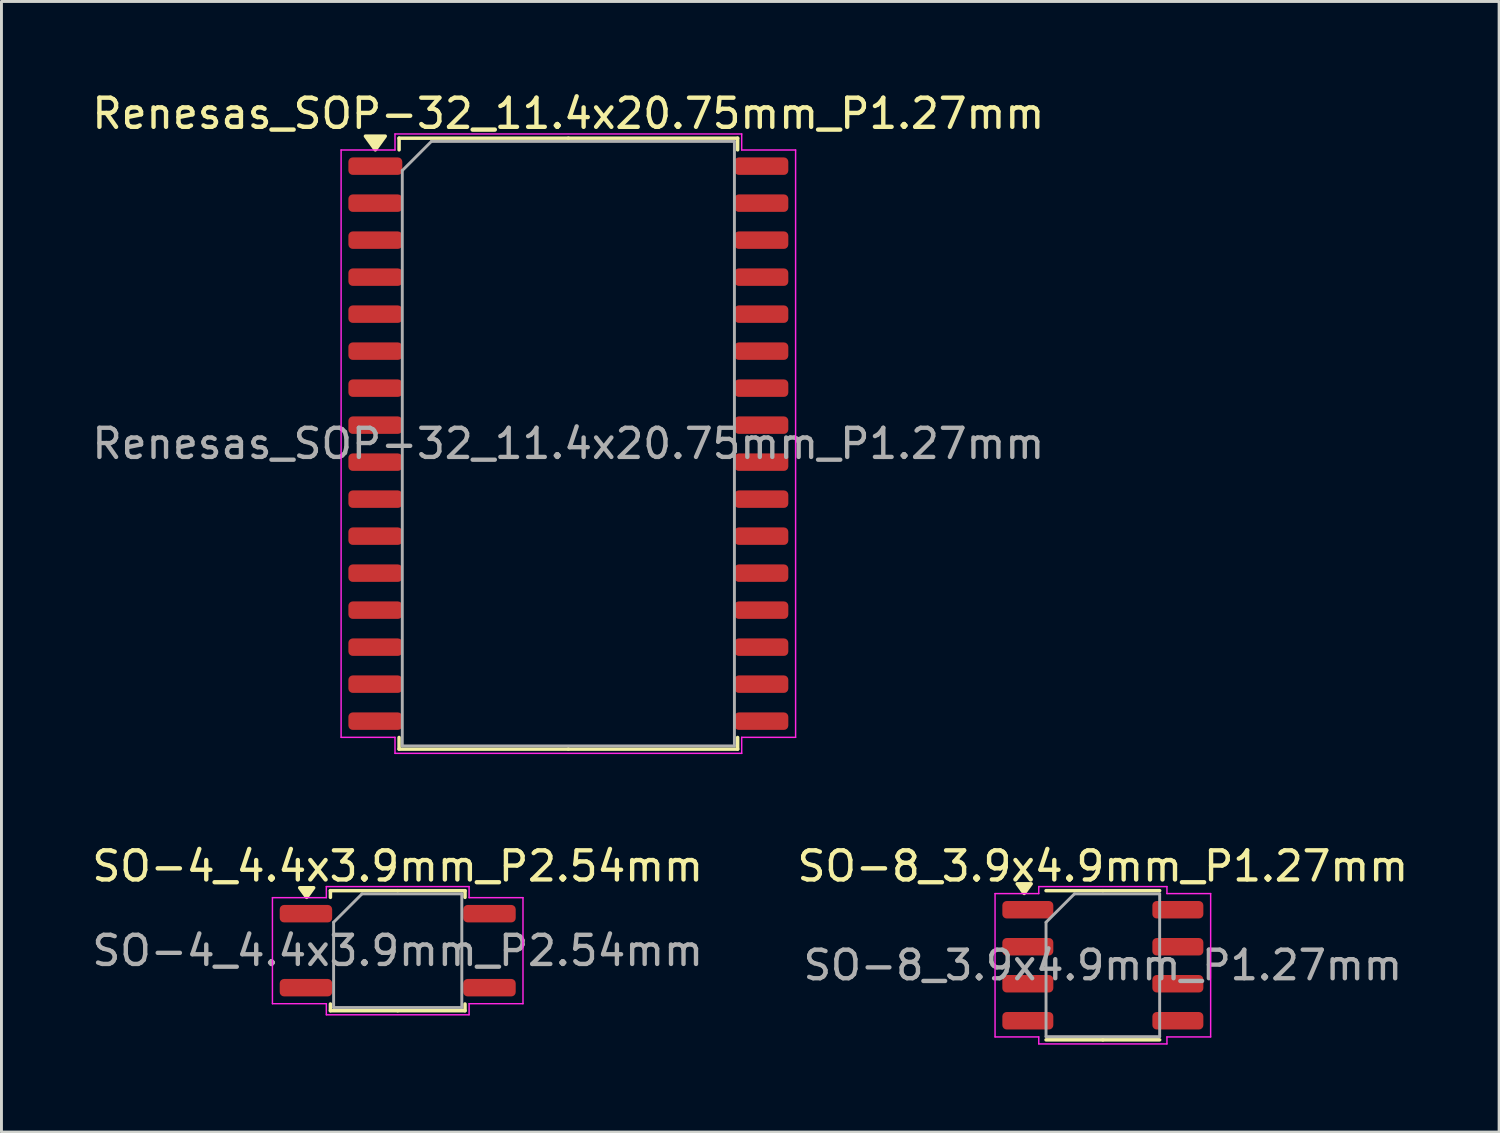
<source format=kicad_pcb>
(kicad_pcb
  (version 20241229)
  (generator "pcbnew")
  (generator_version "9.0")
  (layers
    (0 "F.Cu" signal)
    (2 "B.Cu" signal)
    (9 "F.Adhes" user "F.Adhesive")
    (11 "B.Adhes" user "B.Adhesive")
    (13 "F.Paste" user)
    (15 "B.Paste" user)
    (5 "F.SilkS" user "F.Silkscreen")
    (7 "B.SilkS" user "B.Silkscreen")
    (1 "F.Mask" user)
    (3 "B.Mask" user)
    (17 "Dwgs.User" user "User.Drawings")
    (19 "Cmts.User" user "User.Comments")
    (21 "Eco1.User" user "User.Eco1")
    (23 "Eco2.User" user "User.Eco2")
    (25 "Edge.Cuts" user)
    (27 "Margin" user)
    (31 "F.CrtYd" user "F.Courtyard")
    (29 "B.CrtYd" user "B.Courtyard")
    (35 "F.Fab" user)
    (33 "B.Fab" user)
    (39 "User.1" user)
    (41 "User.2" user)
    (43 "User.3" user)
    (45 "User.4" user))
  (footprint "SO-8_3.9x4.9mm_P1.27mm"
    (layer "F.Cu")
    (at 34.804 30.081)
    (property "Reference" "SO-8_3.9x4.9mm_P1.27mm" (at 0 -3.4 0) (layer "F.SilkS") (effects (font (size 1 1) (thickness 0.15))))
    (attr smd)
    (fp_line (start 0 -2.56) (end -1.95 -2.56) (stroke (width 0.12) (type solid)) (layer "F.SilkS"))
    (fp_line (start 0 -2.56) (end 1.95 -2.56) (stroke (width 0.12) (type solid)) (layer "F.SilkS"))
    (fp_line (start 0 2.56) (end -1.95 2.56) (stroke (width 0.12) (type solid)) (layer "F.SilkS"))
    (fp_line (start 0 2.56) (end 1.95 2.56) (stroke (width 0.12) (type solid)) (layer "F.SilkS"))
    (fp_poly (pts (xy -2.7 -2.465) (xy -2.94 -2.795) (xy -2.46 -2.795)) (stroke (width 0.12) (type solid)) (fill yes) (layer "F.SilkS"))
    (fp_line (start -3.7 -2.46) (end -2.2 -2.46) (stroke (width 0.05) (type solid)) (layer "F.CrtYd"))
    (fp_line (start -3.7 2.46) (end -3.7 -2.46) (stroke (width 0.05) (type solid)) (layer "F.CrtYd"))
    (fp_line (start -2.2 -2.7) (end 2.2 -2.7) (stroke (width 0.05) (type solid)) (layer "F.CrtYd"))
    (fp_line (start -2.2 -2.46) (end -2.2 -2.7) (stroke (width 0.05) (type solid)) (layer "F.CrtYd"))
    (fp_line (start -2.2 2.46) (end -3.7 2.46) (stroke (width 0.05) (type solid)) (layer "F.CrtYd"))
    (fp_line (start -2.2 2.7) (end -2.2 2.46) (stroke (width 0.05) (type solid)) (layer "F.CrtYd"))
    (fp_line (start 2.2 -2.7) (end 2.2 -2.46) (stroke (width 0.05) (type solid)) (layer "F.CrtYd"))
    (fp_line (start 2.2 -2.46) (end 3.7 -2.46) (stroke (width 0.05) (type solid)) (layer "F.CrtYd"))
    (fp_line (start 2.2 2.46) (end 2.2 2.7) (stroke (width 0.05) (type solid)) (layer "F.CrtYd"))
    (fp_line (start 2.2 2.7) (end -2.2 2.7) (stroke (width 0.05) (type solid)) (layer "F.CrtYd"))
    (fp_line (start 3.7 -2.46) (end 3.7 2.46) (stroke (width 0.05) (type solid)) (layer "F.CrtYd"))
    (fp_line (start 3.7 2.46) (end 2.2 2.46) (stroke (width 0.05) (type solid)) (layer "F.CrtYd"))
    (fp_line (start -1.95 -1.475) (end -0.975 -2.45) (stroke (width 0.1) (type solid)) (layer "F.Fab"))
    (fp_line (start -1.95 2.45) (end -1.95 -1.475) (stroke (width 0.1) (type solid)) (layer "F.Fab"))
    (fp_line (start -0.975 -2.45) (end 1.95 -2.45) (stroke (width 0.1) (type solid)) (layer "F.Fab"))
    (fp_line (start 1.95 -2.45) (end 1.95 2.45) (stroke (width 0.1) (type solid)) (layer "F.Fab"))
    (fp_line (start 1.95 2.45) (end -1.95 2.45) (stroke (width 0.1) (type solid)) (layer "F.Fab"))
    (fp_text user "${REFERENCE}" (at 0 0 0) (layer "F.Fab") (effects (font (size 0.98 0.98) (thickness 0.15))))
    (pad "1" smd roundrect (at -2.575 -1.905) (size 1.75 0.6) (layers "F.Cu" "F.Mask" "F.Paste") (roundrect_rratio 0.25))
    (pad "2" smd roundrect (at -2.575 -0.635) (size 1.75 0.6) (layers "F.Cu" "F.Mask" "F.Paste") (roundrect_rratio 0.25))
    (pad "3" smd roundrect (at -2.575 0.635) (size 1.75 0.6) (layers "F.Cu" "F.Mask" "F.Paste") (roundrect_rratio 0.25))
    (pad "4" smd roundrect (at -2.575 1.905) (size 1.75 0.6) (layers "F.Cu" "F.Mask" "F.Paste") (roundrect_rratio 0.25))
    (pad "5" smd roundrect (at 2.575 1.905) (size 1.75 0.6) (layers "F.Cu" "F.Mask" "F.Paste") (roundrect_rratio 0.25))
    (pad "6" smd roundrect (at 2.575 0.635) (size 1.75 0.6) (layers "F.Cu" "F.Mask" "F.Paste") (roundrect_rratio 0.25))
    (pad "7" smd roundrect (at 2.575 -0.635) (size 1.75 0.6) (layers "F.Cu" "F.Mask" "F.Paste") (roundrect_rratio 0.25))
    (pad "8" smd roundrect (at 2.575 -1.905) (size 1.75 0.6) (layers "F.Cu" "F.Mask" "F.Paste") (roundrect_rratio 0.25)))
  (footprint "Renesas_SOP-32_11.4x20.75mm_P1.27mm"
    (layer "F.Cu")
    (at 16.458 12.178)
    (property "Reference" "Renesas_SOP-32_11.4x20.75mm_P1.27mm" (at 0 -11.33 0) (layer "F.SilkS") (effects (font (size 1 1) (thickness 0.15))))
    (attr smd)
    (fp_line (start -5.81 -10.485) (end -5.81 -10.085) (stroke (width 0.12) (type solid)) (layer "F.SilkS"))
    (fp_line (start -5.81 10.485) (end -5.81 10.085) (stroke (width 0.12) (type solid)) (layer "F.SilkS"))
    (fp_line (start 0 -10.485) (end -5.81 -10.485) (stroke (width 0.12) (type solid)) (layer "F.SilkS"))
    (fp_line (start 0 -10.485) (end 5.81 -10.485) (stroke (width 0.12) (type solid)) (layer "F.SilkS"))
    (fp_line (start 0 10.485) (end -5.81 10.485) (stroke (width 0.12) (type solid)) (layer "F.SilkS"))
    (fp_line (start 0 10.485) (end 5.81 10.485) (stroke (width 0.12) (type solid)) (layer "F.SilkS"))
    (fp_line (start 5.81 -10.485) (end 5.81 -10.085) (stroke (width 0.12) (type solid)) (layer "F.SilkS"))
    (fp_line (start 5.81 10.485) (end 5.81 10.085) (stroke (width 0.12) (type solid)) (layer "F.SilkS"))
    (fp_poly (pts (xy -6.625 -10.085) (xy -6.965 -10.555) (xy -6.285 -10.555)) (stroke (width 0.12) (type solid)) (fill yes) (layer "F.SilkS"))
    (fp_line (start -7.8 -10.08) (end -5.95 -10.08) (stroke (width 0.05) (type solid)) (layer "F.CrtYd"))
    (fp_line (start -7.8 10.08) (end -7.8 -10.08) (stroke (width 0.05) (type solid)) (layer "F.CrtYd"))
    (fp_line (start -5.95 -10.63) (end 5.95 -10.63) (stroke (width 0.05) (type solid)) (layer "F.CrtYd"))
    (fp_line (start -5.95 -10.08) (end -5.95 -10.63) (stroke (width 0.05) (type solid)) (layer "F.CrtYd"))
    (fp_line (start -5.95 10.08) (end -7.8 10.08) (stroke (width 0.05) (type solid)) (layer "F.CrtYd"))
    (fp_line (start -5.95 10.63) (end -5.95 10.08) (stroke (width 0.05) (type solid)) (layer "F.CrtYd"))
    (fp_line (start 5.95 -10.63) (end 5.95 -10.08) (stroke (width 0.05) (type solid)) (layer "F.CrtYd"))
    (fp_line (start 5.95 -10.08) (end 7.8 -10.08) (stroke (width 0.05) (type solid)) (layer "F.CrtYd"))
    (fp_line (start 5.95 10.08) (end 5.95 10.63) (stroke (width 0.05) (type solid)) (layer "F.CrtYd"))
    (fp_line (start 5.95 10.63) (end -5.95 10.63) (stroke (width 0.05) (type solid)) (layer "F.CrtYd"))
    (fp_line (start 7.8 -10.08) (end 7.8 10.08) (stroke (width 0.05) (type solid)) (layer "F.CrtYd"))
    (fp_line (start 7.8 10.08) (end 5.95 10.08) (stroke (width 0.05) (type solid)) (layer "F.CrtYd"))
    (fp_line (start -5.7 -9.375) (end -4.7 -10.375) (stroke (width 0.1) (type solid)) (layer "F.Fab"))
    (fp_line (start -5.7 10.375) (end -5.7 -9.375) (stroke (width 0.1) (type solid)) (layer "F.Fab"))
    (fp_line (start -4.7 -10.375) (end 5.7 -10.375) (stroke (width 0.1) (type solid)) (layer "F.Fab"))
    (fp_line (start 5.7 -10.375) (end 5.7 10.375) (stroke (width 0.1) (type solid)) (layer "F.Fab"))
    (fp_line (start 5.7 10.375) (end -5.7 10.375) (stroke (width 0.1) (type solid)) (layer "F.Fab"))
    (fp_text user "${REFERENCE}" (at 0 0 0) (layer "F.Fab") (effects (font (size 1 1) (thickness 0.15))))
    (pad "1" smd roundrect (at -6.625 -9.525) (size 1.85 0.6) (layers "F.Cu" "F.Mask" "F.Paste") (roundrect_rratio 0.25))
    (pad "2" smd roundrect (at -6.625 -8.255) (size 1.85 0.6) (layers "F.Cu" "F.Mask" "F.Paste") (roundrect_rratio 0.25))
    (pad "3" smd roundrect (at -6.625 -6.985) (size 1.85 0.6) (layers "F.Cu" "F.Mask" "F.Paste") (roundrect_rratio 0.25))
    (pad "4" smd roundrect (at -6.625 -5.715) (size 1.85 0.6) (layers "F.Cu" "F.Mask" "F.Paste") (roundrect_rratio 0.25))
    (pad "5" smd roundrect (at -6.625 -4.445) (size 1.85 0.6) (layers "F.Cu" "F.Mask" "F.Paste") (roundrect_rratio 0.25))
    (pad "6" smd roundrect (at -6.625 -3.175) (size 1.85 0.6) (layers "F.Cu" "F.Mask" "F.Paste") (roundrect_rratio 0.25))
    (pad "7" smd roundrect (at -6.625 -1.905) (size 1.85 0.6) (layers "F.Cu" "F.Mask" "F.Paste") (roundrect_rratio 0.25))
    (pad "8" smd roundrect (at -6.625 -0.635) (size 1.85 0.6) (layers "F.Cu" "F.Mask" "F.Paste") (roundrect_rratio 0.25))
    (pad "9" smd roundrect (at -6.625 0.635) (size 1.85 0.6) (layers "F.Cu" "F.Mask" "F.Paste") (roundrect_rratio 0.25))
    (pad "10" smd roundrect (at -6.625 1.905) (size 1.85 0.6) (layers "F.Cu" "F.Mask" "F.Paste") (roundrect_rratio 0.25))
    (pad "11" smd roundrect (at -6.625 3.175) (size 1.85 0.6) (layers "F.Cu" "F.Mask" "F.Paste") (roundrect_rratio 0.25))
    (pad "12" smd roundrect (at -6.625 4.445) (size 1.85 0.6) (layers "F.Cu" "F.Mask" "F.Paste") (roundrect_rratio 0.25))
    (pad "13" smd roundrect (at -6.625 5.715) (size 1.85 0.6) (layers "F.Cu" "F.Mask" "F.Paste") (roundrect_rratio 0.25))
    (pad "14" smd roundrect (at -6.625 6.985) (size 1.85 0.6) (layers "F.Cu" "F.Mask" "F.Paste") (roundrect_rratio 0.25))
    (pad "15" smd roundrect (at -6.625 8.255) (size 1.85 0.6) (layers "F.Cu" "F.Mask" "F.Paste") (roundrect_rratio 0.25))
    (pad "16" smd roundrect (at -6.625 9.525) (size 1.85 0.6) (layers "F.Cu" "F.Mask" "F.Paste") (roundrect_rratio 0.25))
    (pad "17" smd roundrect (at 6.625 9.525) (size 1.85 0.6) (layers "F.Cu" "F.Mask" "F.Paste") (roundrect_rratio 0.25))
    (pad "18" smd roundrect (at 6.625 8.255) (size 1.85 0.6) (layers "F.Cu" "F.Mask" "F.Paste") (roundrect_rratio 0.25))
    (pad "19" smd roundrect (at 6.625 6.985) (size 1.85 0.6) (layers "F.Cu" "F.Mask" "F.Paste") (roundrect_rratio 0.25))
    (pad "20" smd roundrect (at 6.625 5.715) (size 1.85 0.6) (layers "F.Cu" "F.Mask" "F.Paste") (roundrect_rratio 0.25))
    (pad "21" smd roundrect (at 6.625 4.445) (size 1.85 0.6) (layers "F.Cu" "F.Mask" "F.Paste") (roundrect_rratio 0.25))
    (pad "22" smd roundrect (at 6.625 3.175) (size 1.85 0.6) (layers "F.Cu" "F.Mask" "F.Paste") (roundrect_rratio 0.25))
    (pad "23" smd roundrect (at 6.625 1.905) (size 1.85 0.6) (layers "F.Cu" "F.Mask" "F.Paste") (roundrect_rratio 0.25))
    (pad "24" smd roundrect (at 6.625 0.635) (size 1.85 0.6) (layers "F.Cu" "F.Mask" "F.Paste") (roundrect_rratio 0.25))
    (pad "25" smd roundrect (at 6.625 -0.635) (size 1.85 0.6) (layers "F.Cu" "F.Mask" "F.Paste") (roundrect_rratio 0.25))
    (pad "26" smd roundrect (at 6.625 -1.905) (size 1.85 0.6) (layers "F.Cu" "F.Mask" "F.Paste") (roundrect_rratio 0.25))
    (pad "27" smd roundrect (at 6.625 -3.175) (size 1.85 0.6) (layers "F.Cu" "F.Mask" "F.Paste") (roundrect_rratio 0.25))
    (pad "28" smd roundrect (at 6.625 -4.445) (size 1.85 0.6) (layers "F.Cu" "F.Mask" "F.Paste") (roundrect_rratio 0.25))
    (pad "29" smd roundrect (at 6.625 -5.715) (size 1.85 0.6) (layers "F.Cu" "F.Mask" "F.Paste") (roundrect_rratio 0.25))
    (pad "30" smd roundrect (at 6.625 -6.985) (size 1.85 0.6) (layers "F.Cu" "F.Mask" "F.Paste") (roundrect_rratio 0.25))
    (pad "31" smd roundrect (at 6.625 -8.255) (size 1.85 0.6) (layers "F.Cu" "F.Mask" "F.Paste") (roundrect_rratio 0.25))
    (pad "32" smd roundrect (at 6.625 -9.525) (size 1.85 0.6) (layers "F.Cu" "F.Mask" "F.Paste") (roundrect_rratio 0.25)))
  (footprint "SO-4_4.4x3.9mm_P2.54mm"
    (layer "F.Cu")
    (at 10.601 29.581)
    (property "Reference" "SO-4_4.4x3.9mm_P2.54mm" (at 0 -2.9 0) (layer "F.SilkS") (effects (font (size 1 1) (thickness 0.15))))
    (attr smd)
    (fp_line (start -2.31 -2.06) (end -2.31 -1.83) (stroke (width 0.12) (type solid)) (layer "F.SilkS"))
    (fp_line (start -2.31 2.06) (end -2.31 1.83) (stroke (width 0.12) (type solid)) (layer "F.SilkS"))
    (fp_line (start 0 -2.06) (end -2.31 -2.06) (stroke (width 0.12) (type solid)) (layer "F.SilkS"))
    (fp_line (start 0 -2.06) (end 2.31 -2.06) (stroke (width 0.12) (type solid)) (layer "F.SilkS"))
    (fp_line (start 0 2.06) (end -2.31 2.06) (stroke (width 0.12) (type solid)) (layer "F.SilkS"))
    (fp_line (start 0 2.06) (end 2.31 2.06) (stroke (width 0.12) (type solid)) (layer "F.SilkS"))
    (fp_line (start 2.31 -2.06) (end 2.31 -1.83) (stroke (width 0.12) (type solid)) (layer "F.SilkS"))
    (fp_line (start 2.31 2.06) (end 2.31 1.83) (stroke (width 0.12) (type solid)) (layer "F.SilkS"))
    (fp_poly (pts (xy -3.125 -1.83) (xy -3.365 -2.16) (xy -2.885 -2.16)) (stroke (width 0.12) (type solid)) (fill yes) (layer "F.SilkS"))
    (fp_line (start -4.3 -1.82) (end -2.45 -1.82) (stroke (width 0.05) (type solid)) (layer "F.CrtYd"))
    (fp_line (start -4.3 1.82) (end -4.3 -1.82) (stroke (width 0.05) (type solid)) (layer "F.CrtYd"))
    (fp_line (start -2.45 -2.2) (end 2.45 -2.2) (stroke (width 0.05) (type solid)) (layer "F.CrtYd"))
    (fp_line (start -2.45 -1.82) (end -2.45 -2.2) (stroke (width 0.05) (type solid)) (layer "F.CrtYd"))
    (fp_line (start -2.45 1.82) (end -4.3 1.82) (stroke (width 0.05) (type solid)) (layer "F.CrtYd"))
    (fp_line (start -2.45 2.2) (end -2.45 1.82) (stroke (width 0.05) (type solid)) (layer "F.CrtYd"))
    (fp_line (start 2.45 -2.2) (end 2.45 -1.82) (stroke (width 0.05) (type solid)) (layer "F.CrtYd"))
    (fp_line (start 2.45 -1.82) (end 4.3 -1.82) (stroke (width 0.05) (type solid)) (layer "F.CrtYd"))
    (fp_line (start 2.45 1.82) (end 2.45 2.2) (stroke (width 0.05) (type solid)) (layer "F.CrtYd"))
    (fp_line (start 2.45 2.2) (end -2.45 2.2) (stroke (width 0.05) (type solid)) (layer "F.CrtYd"))
    (fp_line (start 4.3 -1.82) (end 4.3 1.82) (stroke (width 0.05) (type solid)) (layer "F.CrtYd"))
    (fp_line (start 4.3 1.82) (end 2.45 1.82) (stroke (width 0.05) (type solid)) (layer "F.CrtYd"))
    (fp_line (start -2.2 -0.975) (end -1.225 -1.95) (stroke (width 0.1) (type solid)) (layer "F.Fab"))
    (fp_line (start -2.2 1.95) (end -2.2 -0.975) (stroke (width 0.1) (type solid)) (layer "F.Fab"))
    (fp_line (start -1.225 -1.95) (end 2.2 -1.95) (stroke (width 0.1) (type solid)) (layer "F.Fab"))
    (fp_line (start 2.2 -1.95) (end 2.2 1.95) (stroke (width 0.1) (type solid)) (layer "F.Fab"))
    (fp_line (start 2.2 1.95) (end -2.2 1.95) (stroke (width 0.1) (type solid)) (layer "F.Fab"))
    (fp_text user "${REFERENCE}" (at 0 0 0) (layer "F.Fab") (effects (font (size 1 1) (thickness 0.15))))
    (pad "1" smd roundrect (at -3.15 -1.27) (size 1.8 0.6) (layers "F.Cu" "F.Mask" "F.Paste") (roundrect_rratio 0.25))
    (pad "2" smd roundrect (at -3.15 1.27) (size 1.8 0.6) (layers "F.Cu" "F.Mask" "F.Paste") (roundrect_rratio 0.25))
    (pad "3" smd roundrect (at 3.15 1.27) (size 1.8 0.6) (layers "F.Cu" "F.Mask" "F.Paste") (roundrect_rratio 0.25))
    (pad "4" smd roundrect (at 3.15 -1.27) (size 1.8 0.6) (layers "F.Cu" "F.Mask" "F.Paste") (roundrect_rratio 0.25)))
  (gr_rect
    (start -3 -3)
    (end 48.405 35.806)
    (stroke (width 0.1) (type default))
    (fill no)
    (layer "Edge.Cuts")))
</source>
